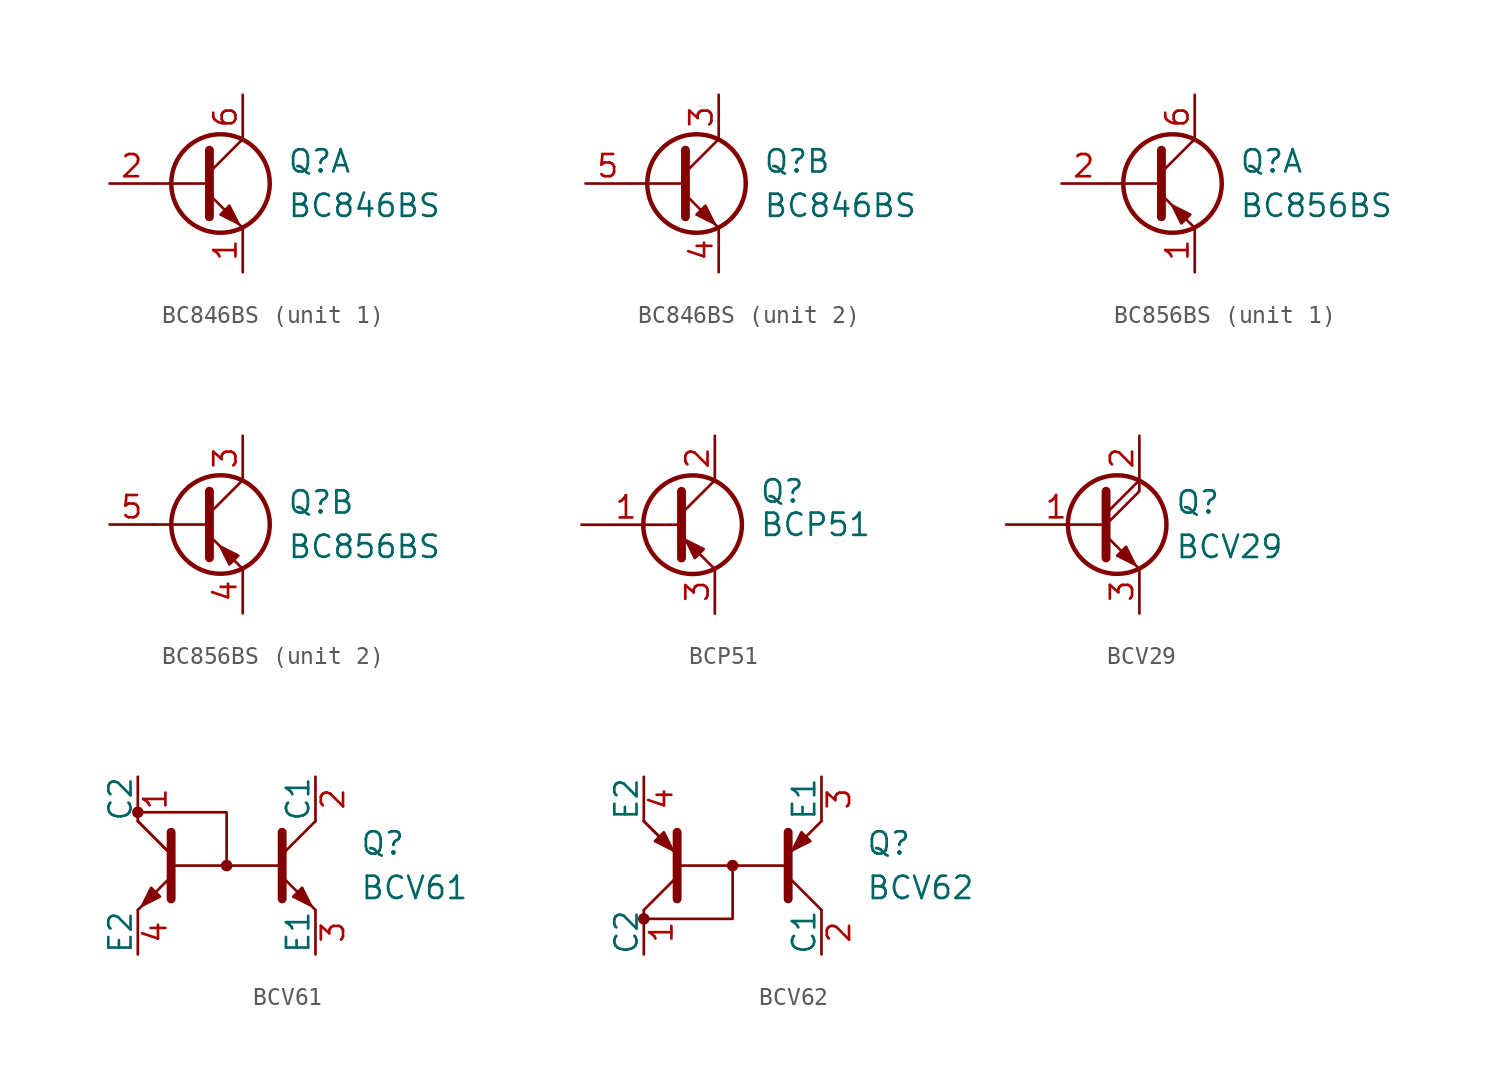
<source format=kicad_sym>
(kicad_symbol_lib
  (version 20201005)
  (generator kicad_symbol_editor)
  (symbol "Transistor_BJT:BC846BS"
    (pin_names
      (offset 0) hide)
    (property "Reference" "Q"
      (at 5.08 1.27 0)
      (effects (font (size 1.27 1.27)) (justify left)))
    (property "Value" "BC846BS"
      (at 5.08 -1.27 0)
      (effects (font (size 1.27 1.27)) (justify left)))
    (property "ki_locked" ""
      (at 0 0 0)
      (effects (font (size 1.27 1.27))))
    (symbol "BC846BS_0_1"
      (circle (center 1.27 0) (radius 2.819) (stroke (width 0.254)) (fill (type none)))
      (polyline (pts (xy 0.635 0) (xy -2.54 0)) (stroke (width 0)) (fill (type none)))
      (polyline (pts (xy 0.635 0.635) (xy 2.54 2.54)) (stroke (width 0)) (fill (type none)))
      (polyline (pts (xy 0.635 -0.635) (xy 2.54 -2.54) (xy 2.54 -2.54)) (stroke (width 0)) (fill (type none)))
      (polyline (pts (xy 0.635 1.905) (xy 0.635 -1.905) (xy 0.635 -1.905)) (stroke (width 0.508)) (fill (type none)))
      (polyline (pts (xy 1.27 -1.778) (xy 1.778 -1.27) (xy 2.286 -2.286) (xy 1.27 -1.778) (xy 1.27 -1.778)) (stroke (width 0)) (fill (type outline))))
    (symbol "BC846BS_1_1"
      (pin passive line (at 2.54 -5.08 90) (length 2.54) (name "E1" (effects (font (size 1.27 1.27)))) (number "1" (effects (font (size 1.27 1.27)))))
      (pin input line (at -5.08 0 0) (length 2.54) (name "B1" (effects (font (size 1.27 1.27)))) (number "2" (effects (font (size 1.27 1.27)))))
      (pin passive line (at 2.54 5.08 270) (length 2.54) (name "C1" (effects (font (size 1.27 1.27)))) (number "6" (effects (font (size 1.27 1.27))))))
    (symbol "BC846BS_2_1"
      (pin passive line (at 2.54 5.08 270) (length 2.54) (name "C2" (effects (font (size 1.27 1.27)))) (number "3" (effects (font (size 1.27 1.27)))))
      (pin passive line (at 2.54 -5.08 90) (length 2.54) (name "E2" (effects (font (size 1.27 1.27)))) (number "4" (effects (font (size 1.27 1.27)))))
      (pin input line (at -5.08 0 0) (length 2.54) (name "B2" (effects (font (size 1.27 1.27)))) (number "5" (effects (font (size 1.27 1.27)))))))
  (symbol "Transistor_BJT:BC856BS"
    (pin_names
      (offset 0) hide)
    (property "Reference" "Q"
      (at 5.08 1.27 0)
      (effects (font (size 1.27 1.27)) (justify left)))
    (property "Value" "BC856BS"
      (at 5.08 -1.27 0)
      (effects (font (size 1.27 1.27)) (justify left)))
    (property "ki_locked" ""
      (at 0 0 0)
      (effects (font (size 1.27 1.27))))
    (symbol "BC856BS_0_1"
      (circle (center 1.27 0) (radius 2.819) (stroke (width 0.254)) (fill (type none)))
      (polyline (pts (xy 0.635 0) (xy -2.54 0)) (stroke (width 0)) (fill (type none)))
      (polyline (pts (xy 0.635 0.635) (xy 2.54 2.54)) (stroke (width 0)) (fill (type none)))
      (polyline (pts (xy 0.635 -0.635) (xy 2.54 -2.54) (xy 2.54 -2.54)) (stroke (width 0)) (fill (type none)))
      (polyline (pts (xy 0.635 1.905) (xy 0.635 -1.905) (xy 0.635 -1.905)) (stroke (width 0.508)) (fill (type none)))
      (polyline (pts (xy 2.286 -1.778) (xy 1.778 -2.286) (xy 1.27 -1.27) (xy 2.286 -1.778) (xy 2.286 -1.778)) (stroke (width 0)) (fill (type outline))))
    (symbol "BC856BS_1_1"
      (pin passive line (at 2.54 -5.08 90) (length 2.54) (name "E1" (effects (font (size 1.27 1.27)))) (number "1" (effects (font (size 1.27 1.27)))))
      (pin input line (at -5.08 0 0) (length 2.54) (name "B1" (effects (font (size 1.27 1.27)))) (number "2" (effects (font (size 1.27 1.27)))))
      (pin passive line (at 2.54 5.08 270) (length 2.54) (name "C1" (effects (font (size 1.27 1.27)))) (number "6" (effects (font (size 1.27 1.27))))))
    (symbol "BC856BS_2_1"
      (pin passive line (at 2.54 5.08 270) (length 2.54) (name "C2" (effects (font (size 1.27 1.27)))) (number "3" (effects (font (size 1.27 1.27)))))
      (pin passive line (at 2.54 -5.08 90) (length 2.54) (name "E2" (effects (font (size 1.27 1.27)))) (number "4" (effects (font (size 1.27 1.27)))))
      (pin input line (at -5.08 0 0) (length 2.54) (name "B2" (effects (font (size 1.27 1.27)))) (number "5" (effects (font (size 1.27 1.27)))))))
  (symbol "Transistor_BJT:BCP51"
    (pin_names
      (offset 0) hide)
    (property "Reference" "Q"
      (at 5.08 1.905 0)
      (effects (font (size 1.27 1.27)) (justify left)))
    (property "Value" "BCP51"
      (at 5.08 0 0)
      (effects (font (size 1.27 1.27)) (justify left)))
    (symbol "BCP51_0_1"
      (circle (center 1.27 0) (radius 2.819) (stroke (width 0.254)) (fill (type none)))
      (polyline (pts (xy 0 0) (xy 0.635 0)) (stroke (width 0)) (fill (type none)))
      (polyline (pts (xy 2.54 -2.54) (xy 0.635 -0.635)) (stroke (width 0)) (fill (type none)))
      (polyline (pts (xy 2.54 2.54) (xy 0.635 0.635)) (stroke (width 0)) (fill (type none)))
      (polyline (pts (xy 0.635 1.905) (xy 0.635 -1.905) (xy 0.635 -1.905)) (stroke (width 0.508)) (fill (type outline)))
      (polyline (pts (xy 1.397 -1.905) (xy 1.905 -1.397) (xy 0.889 -0.889) (xy 1.397 -1.905) (xy 1.397 -1.905)) (stroke (width 0)) (fill (type outline))))
    (symbol "BCP51_1_1"
      (pin input line (at -5.08 0 0) (length 5.08) (name "B" (effects (font (size 1.27 1.27)))) (number "1" (effects (font (size 1.27 1.27)))))
      (pin passive line (at 2.54 5.08 270) (length 2.54) (name "C" (effects (font (size 1.27 1.27)))) (number "2" (effects (font (size 1.27 1.27)))))
      (pin passive line (at 2.54 -5.08 90) (length 2.54) (name "E" (effects (font (size 1.27 1.27)))) (number "3" (effects (font (size 1.27 1.27)))))))
  (symbol "Transistor_BJT:BCV29"
    (pin_names
      (offset 0) hide)
    (property "Reference" "Q"
      (at 4.572 1.27 0)
      (effects (font (size 1.27 1.27)) (justify left)))
    (property "Value" "BCV29"
      (at 4.572 -1.27 0)
      (effects (font (size 1.27 1.27)) (justify left)))
    (symbol "BCV29_0_1"
      (circle (center 1.27 0) (radius 2.819) (stroke (width 0.254)) (fill (type none)))
      (polyline (pts (xy 0.635 0.635) (xy 2.54 2.54)) (stroke (width 0)) (fill (type none)))
      (polyline (pts (xy 0.635 -0.635) (xy 2.54 -2.54) (xy 2.54 -2.54)) (stroke (width 0)) (fill (type none)))
      (polyline (pts (xy 0.635 0) (xy 2.54 1.905) (xy 2.54 2.54)) (stroke (width 0)) (fill (type none)))
      (polyline (pts (xy 0.635 1.905) (xy 0.635 -1.905) (xy 0.635 -1.905)) (stroke (width 0.508)) (fill (type none)))
      (polyline (pts (xy 1.27 -1.778) (xy 1.778 -1.27) (xy 2.286 -2.286) (xy 1.27 -1.778) (xy 1.27 -1.778)) (stroke (width 0)) (fill (type outline))))
    (symbol "BCV29_1_1"
      (pin input line (at -5.08 0 0) (length 5.715) (name "B" (effects (font (size 1.27 1.27)))) (number "1" (effects (font (size 1.27 1.27)))))
      (pin passive line (at 2.54 5.08 270) (length 2.54) (name "C" (effects (font (size 1.27 1.27)))) (number "2" (effects (font (size 1.27 1.27)))))
      (pin passive line (at 2.54 -5.08 90) (length 2.54) (name "E" (effects (font (size 1.27 1.27)))) (number "3" (effects (font (size 1.27 1.27)))))))
  (symbol "Transistor_BJT:BCV61"
    (pin_names
      (offset 0))
    (property "Reference" "Q"
      (at 7.62 1.27 0)
      (effects (font (size 1.27 1.27)) (justify left)))
    (property "Value" "BCV61"
      (at 7.62 -1.27 0)
      (effects (font (size 1.27 1.27)) (justify left)))
    (symbol "BCV61_0_1"
      (circle (center -5.08 3.048) (radius 0.254) (stroke (width 0)) (fill (type outline)))
      (circle (center 0 0) (radius 0.254) (stroke (width 0)) (fill (type outline)))
      (polyline (pts (xy -5.08 -2.54) (xy -3.175 -0.635)) (stroke (width 0)) (fill (type none)))
      (polyline (pts (xy -5.08 2.54) (xy -3.175 0.635)) (stroke (width 0)) (fill (type none)))
      (polyline (pts (xy -5.08 2.54) (xy -3.175 0.635)) (stroke (width 0)) (fill (type none)))
      (polyline (pts (xy 3.175 0) (xy -3.175 0)) (stroke (width 0)) (fill (type none)))
      (polyline (pts (xy 5.08 -2.54) (xy 3.175 -0.635)) (stroke (width 0)) (fill (type none)))
      (polyline (pts (xy 5.08 2.54) (xy 3.175 0.635)) (stroke (width 0)) (fill (type none)))
      (polyline (pts (xy -3.175 -1.905) (xy -3.175 1.905) (xy -3.175 1.905)) (stroke (width 0.508)) (fill (type outline)))
      (polyline (pts (xy 0 0) (xy 0 3.048) (xy -5.08 3.048)) (stroke (width 0)) (fill (type none)))
      (polyline (pts (xy 3.175 -1.905) (xy 3.175 1.905) (xy 3.175 1.905)) (stroke (width 0.508)) (fill (type outline)))
      (polyline (pts (xy -3.81 -1.778) (xy -4.318 -1.27) (xy -4.826 -2.286) (xy -3.81 -1.778) (xy -3.81 -1.778)) (stroke (width 0)) (fill (type outline)))
      (polyline (pts (xy 3.81 -1.778) (xy 4.318 -1.27) (xy 4.826 -2.286) (xy 3.81 -1.778) (xy 3.81 -1.778)) (stroke (width 0)) (fill (type outline))))
    (symbol "BCV61_1_1"
      (pin passive line (at -5.08 5.08 270) (length 2.54) (name "C2" (effects (font (size 1.27 1.27)))) (number "1" (effects (font (size 1.27 1.27)))))
      (pin passive line (at 5.08 5.08 270) (length 2.54) (name "C1" (effects (font (size 1.27 1.27)))) (number "2" (effects (font (size 1.27 1.27)))))
      (pin passive line (at 5.08 -5.08 90) (length 2.54) (name "E1" (effects (font (size 1.27 1.27)))) (number "3" (effects (font (size 1.27 1.27)))))
      (pin passive line (at -5.08 -5.08 90) (length 2.54) (name "E2" (effects (font (size 1.27 1.27)))) (number "4" (effects (font (size 1.27 1.27)))))))
  (symbol "Transistor_BJT:BCV62"
    (pin_names
      (offset 0))
    (property "Reference" "Q"
      (at 7.62 1.27 0)
      (effects (font (size 1.27 1.27)) (justify left)))
    (property "Value" "BCV62"
      (at 7.62 -1.27 0)
      (effects (font (size 1.27 1.27)) (justify left)))
    (symbol "BCV62_0_1"
      (circle (center -5.08 -3.048) (radius 0.254) (stroke (width 0)) (fill (type outline)))
      (circle (center 0 0) (radius 0.254) (stroke (width 0)) (fill (type outline)))
      (polyline (pts (xy -5.08 -2.54) (xy -3.175 -0.635)) (stroke (width 0)) (fill (type none)))
      (polyline (pts (xy -5.08 2.54) (xy -3.175 0.635)) (stroke (width 0)) (fill (type none)))
      (polyline (pts (xy -5.08 2.54) (xy -3.175 0.635)) (stroke (width 0)) (fill (type none)))
      (polyline (pts (xy 3.175 0) (xy -3.175 0)) (stroke (width 0)) (fill (type none)))
      (polyline (pts (xy 5.08 -2.54) (xy 3.175 -0.635)) (stroke (width 0)) (fill (type none)))
      (polyline (pts (xy 5.08 2.54) (xy 3.175 0.635)) (stroke (width 0)) (fill (type none)))
      (polyline (pts (xy -3.175 -1.905) (xy -3.175 1.905) (xy -3.175 1.905)) (stroke (width 0.508)) (fill (type outline)))
      (polyline (pts (xy 0 0) (xy 0 -3.048) (xy -5.08 -3.048)) (stroke (width 0)) (fill (type none)))
      (polyline (pts (xy 3.175 -1.905) (xy 3.175 1.905) (xy 3.175 1.905)) (stroke (width 0.508)) (fill (type outline)))
      (polyline (pts (xy -3.937 1.905) (xy -4.445 1.397) (xy -3.429 0.889) (xy -3.937 1.905) (xy -3.937 1.905)) (stroke (width 0)) (fill (type outline)))
      (polyline (pts (xy 3.937 1.905) (xy 4.445 1.397) (xy 3.429 0.889) (xy 3.937 1.905) (xy 3.937 1.905)) (stroke (width 0)) (fill (type outline))))
    (symbol "BCV62_1_1"
      (pin passive line (at -5.08 -5.08 90) (length 2.54) (name "C2" (effects (font (size 1.27 1.27)))) (number "1" (effects (font (size 1.27 1.27)))))
      (pin passive line (at 5.08 -5.08 90) (length 2.54) (name "C1" (effects (font (size 1.27 1.27)))) (number "2" (effects (font (size 1.27 1.27)))))
      (pin passive line (at 5.08 5.08 270) (length 2.54) (name "E1" (effects (font (size 1.27 1.27)))) (number "3" (effects (font (size 1.27 1.27)))))
      (pin passive line (at -5.08 5.08 270) (length 2.54) (name "E2" (effects (font (size 1.27 1.27)))) (number "4" (effects (font (size 1.27 1.27))))))))
</source>
